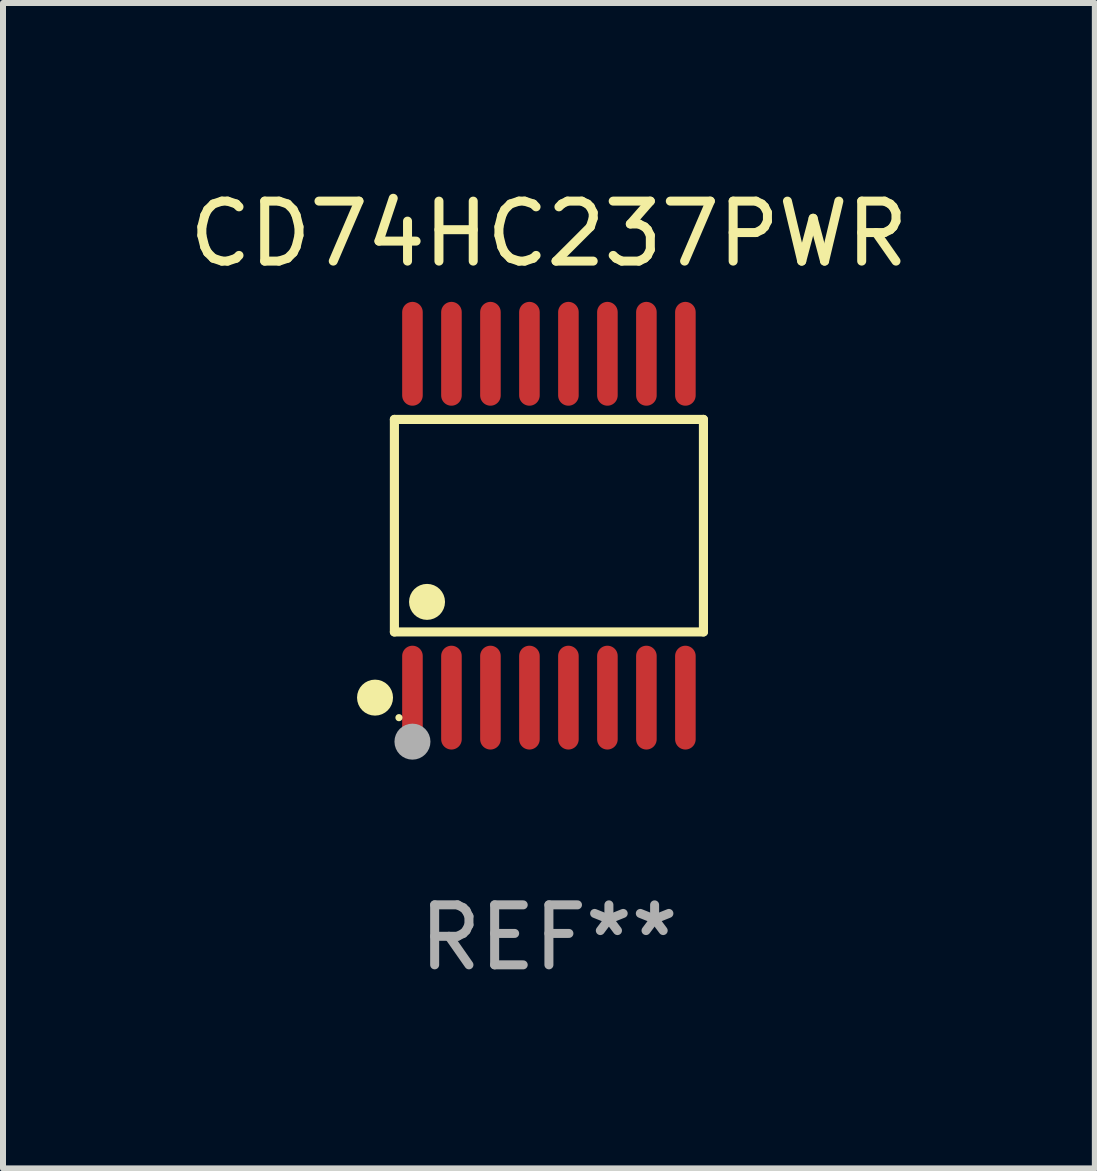
<source format=kicad_pcb>
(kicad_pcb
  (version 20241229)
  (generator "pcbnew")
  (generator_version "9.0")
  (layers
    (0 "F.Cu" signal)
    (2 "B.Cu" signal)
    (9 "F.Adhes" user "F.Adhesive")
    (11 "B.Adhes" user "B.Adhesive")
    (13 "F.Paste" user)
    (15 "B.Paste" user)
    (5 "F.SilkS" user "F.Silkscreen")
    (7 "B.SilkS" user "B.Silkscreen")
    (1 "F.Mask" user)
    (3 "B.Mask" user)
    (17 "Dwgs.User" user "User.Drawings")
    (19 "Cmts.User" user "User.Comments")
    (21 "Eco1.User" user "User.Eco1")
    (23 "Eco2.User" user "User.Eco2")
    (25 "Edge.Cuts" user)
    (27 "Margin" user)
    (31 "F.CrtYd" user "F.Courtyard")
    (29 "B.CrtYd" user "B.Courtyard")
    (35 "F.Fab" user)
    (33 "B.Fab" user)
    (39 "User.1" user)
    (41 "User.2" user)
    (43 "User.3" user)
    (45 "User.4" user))
  (footprint "CD74HC237PWR"
    (layer "F.Cu")
    (at 6.101 5.714)
    (property "Reference" "CD74HC237PWR" (at 0 -4.866 0) (layer "F.SilkS") (effects (font (size 1 1) (thickness 0.15))))
    (attr through_hole)
    (fp_line (start -2.576 -1.772) (end 2.576 -1.772) (stroke (width 0.152) (type solid)) (layer "F.SilkS"))
    (fp_line (start -2.576 1.771) (end -2.576 -1.772) (stroke (width 0.152) (type solid)) (layer "F.SilkS"))
    (fp_line (start 2.576 -1.772) (end 2.576 1.771) (stroke (width 0.152) (type solid)) (layer "F.SilkS"))
    (fp_line (start 2.576 1.771) (end -2.576 1.771) (stroke (width 0.152) (type solid)) (layer "F.SilkS"))
    (fp_circle (center -2.899 2.866) (end -2.749 2.866) (stroke (width 0.3) (type solid)) (fill no) (layer "F.SilkS"))
    (fp_circle (center -2.5 3.2) (end -2.47 3.2) (stroke (width 0.06) (type solid)) (fill no) (layer "F.SilkS"))
    (fp_circle (center -2.032 1.27) (end -1.882 1.27) (stroke (width 0.3) (type solid)) (fill no) (layer "F.SilkS"))
    (fp_circle (center -2.275 3.6) (end -2.125 3.6) (stroke (width 0.3) (type solid)) (fill no) (layer "F.Fab"))
    (fp_text user "REF**" (at 0 6.866 0) (layer "F.Fab") (effects (font (size 1 1) (thickness 0.15))))
    (pad "1" smd oval (at -2.275 2.866) (size 0.343 1.731) (layers "F.Cu" "F.Mask" "F.Paste"))
    (pad "2" smd oval (at -1.625 2.866) (size 0.343 1.731) (layers "F.Cu" "F.Mask" "F.Paste"))
    (pad "3" smd oval (at -0.975 2.866) (size 0.343 1.731) (layers "F.Cu" "F.Mask" "F.Paste"))
    (pad "4" smd oval (at -0.325 2.866) (size 0.343 1.731) (layers "F.Cu" "F.Mask" "F.Paste"))
    (pad "5" smd oval (at 0.325 2.866) (size 0.343 1.731) (layers "F.Cu" "F.Mask" "F.Paste"))
    (pad "6" smd oval (at 0.975 2.866) (size 0.343 1.731) (layers "F.Cu" "F.Mask" "F.Paste"))
    (pad "7" smd oval (at 1.625 2.866) (size 0.343 1.731) (layers "F.Cu" "F.Mask" "F.Paste"))
    (pad "8" smd oval (at 2.275 2.866) (size 0.343 1.731) (layers "F.Cu" "F.Mask" "F.Paste"))
    (pad "9" smd oval (at 2.275 -2.866) (size 0.343 1.731) (layers "F.Cu" "F.Mask" "F.Paste"))
    (pad "10" smd oval (at 1.625 -2.866) (size 0.343 1.731) (layers "F.Cu" "F.Mask" "F.Paste"))
    (pad "11" smd oval (at 0.975 -2.866) (size 0.343 1.731) (layers "F.Cu" "F.Mask" "F.Paste"))
    (pad "12" smd oval (at 0.325 -2.866) (size 0.343 1.731) (layers "F.Cu" "F.Mask" "F.Paste"))
    (pad "13" smd oval (at -0.325 -2.866) (size 0.343 1.731) (layers "F.Cu" "F.Mask" "F.Paste"))
    (pad "14" smd oval (at -0.975 -2.866) (size 0.343 1.731) (layers "F.Cu" "F.Mask" "F.Paste"))
    (pad "15" smd oval (at -1.625 -2.866) (size 0.343 1.731) (layers "F.Cu" "F.Mask" "F.Paste"))
    (pad "16" smd oval (at -2.275 -2.866) (size 0.343 1.731) (layers "F.Cu" "F.Mask" "F.Paste")))
  (gr_rect
    (start -3 -3)
    (end 15.202 16.428)
    (stroke (width 0.1) (type default))
    (fill no)
    (layer "Edge.Cuts")))
</source>
